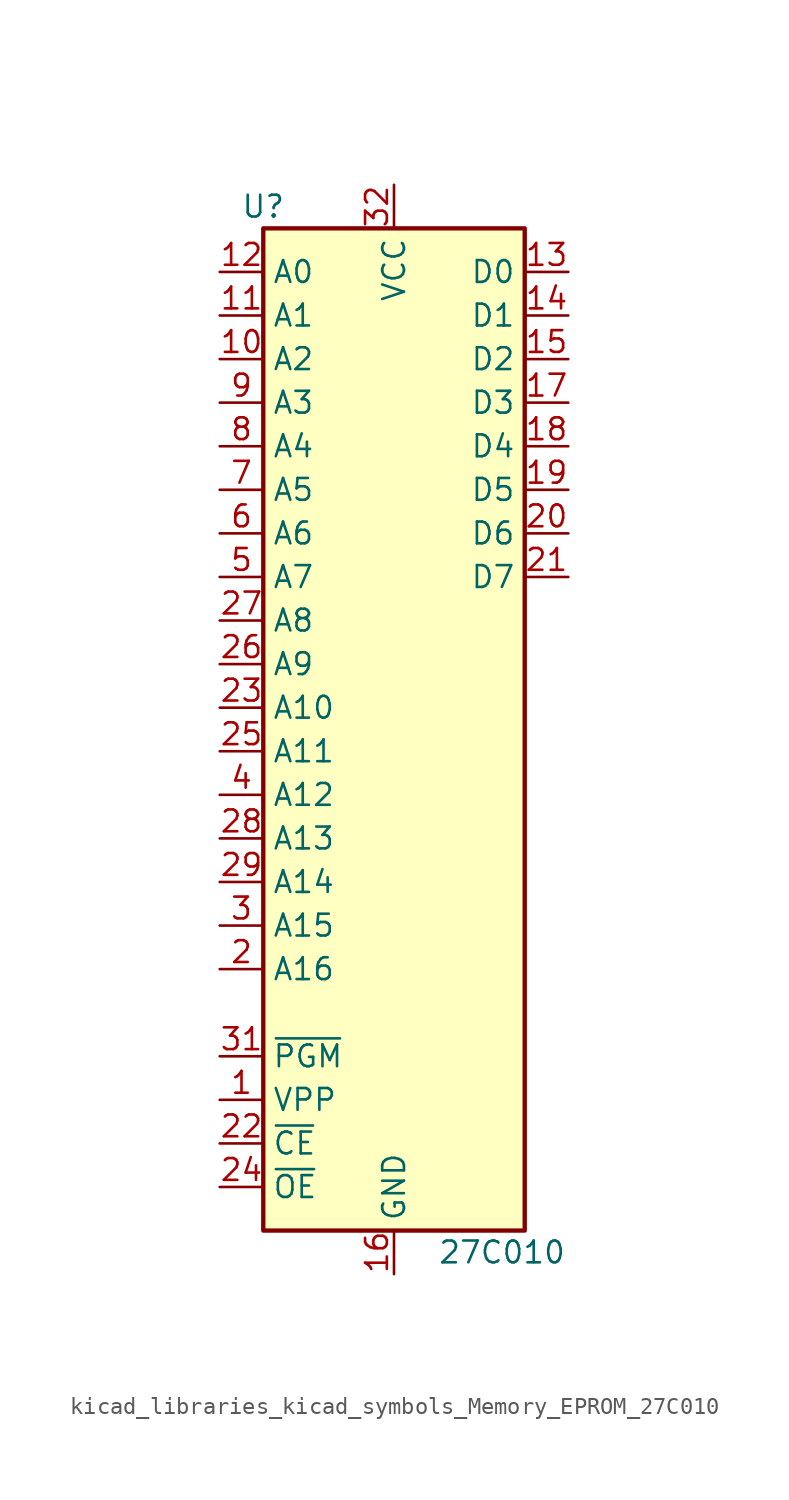
<source format=kicad_sym>
(kicad_symbol_lib
  (version 20220914)
  (generator kicad_symbol_editor)
  (symbol "kicad_libraries_kicad_symbols_Memory_EPROM_27C010"
    (property "Reference" "U"
      (at -7.62 29.21 0)
      (effects (font (size 1.27 1.27))))
    (property "Value" "27C010"
      (at 2.54 -31.75 0)
      (effects (font (size 1.27 1.27)) (justify left)))
    (symbol "kicad_libraries_kicad_symbols_Memory_EPROM_27C010_1_1"
      (rectangle (start -7.62 27.94) (end 7.62 -30.48) (stroke (width 0.254) (type default)) (fill (type background)))
      (pin input line (at -10.16 -22.86 0) (length 2.54) (name "VPP" (effects (font (size 1.27 1.27)))) (number "1" (effects (font (size 1.27 1.27)))))
      (pin input line (at -10.16 20.32 0) (length 2.54) (name "A2" (effects (font (size 1.27 1.27)))) (number "10" (effects (font (size 1.27 1.27)))))
      (pin input line (at -10.16 22.86 0) (length 2.54) (name "A1" (effects (font (size 1.27 1.27)))) (number "11" (effects (font (size 1.27 1.27)))))
      (pin input line (at -10.16 25.4 0) (length 2.54) (name "A0" (effects (font (size 1.27 1.27)))) (number "12" (effects (font (size 1.27 1.27)))))
      (pin tri_state line (at 10.16 25.4 180) (length 2.54) (name "D0" (effects (font (size 1.27 1.27)))) (number "13" (effects (font (size 1.27 1.27)))))
      (pin tri_state line (at 10.16 22.86 180) (length 2.54) (name "D1" (effects (font (size 1.27 1.27)))) (number "14" (effects (font (size 1.27 1.27)))))
      (pin tri_state line (at 10.16 20.32 180) (length 2.54) (name "D2" (effects (font (size 1.27 1.27)))) (number "15" (effects (font (size 1.27 1.27)))))
      (pin power_in line (at 0 -33.02 90) (length 2.54) (name "GND" (effects (font (size 1.27 1.27)))) (number "16" (effects (font (size 1.27 1.27)))))
      (pin tri_state line (at 10.16 17.78 180) (length 2.54) (name "D3" (effects (font (size 1.27 1.27)))) (number "17" (effects (font (size 1.27 1.27)))))
      (pin tri_state line (at 10.16 15.24 180) (length 2.54) (name "D4" (effects (font (size 1.27 1.27)))) (number "18" (effects (font (size 1.27 1.27)))))
      (pin tri_state line (at 10.16 12.7 180) (length 2.54) (name "D5" (effects (font (size 1.27 1.27)))) (number "19" (effects (font (size 1.27 1.27)))))
      (pin input line (at -10.16 -15.24 0) (length 2.54) (name "A16" (effects (font (size 1.27 1.27)))) (number "2" (effects (font (size 1.27 1.27)))))
      (pin tri_state line (at 10.16 10.16 180) (length 2.54) (name "D6" (effects (font (size 1.27 1.27)))) (number "20" (effects (font (size 1.27 1.27)))))
      (pin tri_state line (at 10.16 7.62 180) (length 2.54) (name "D7" (effects (font (size 1.27 1.27)))) (number "21" (effects (font (size 1.27 1.27)))))
      (pin input line (at -10.16 -25.4 0) (length 2.54) (name "~{CE}" (effects (font (size 1.27 1.27)))) (number "22" (effects (font (size 1.27 1.27)))))
      (pin input line (at -10.16 0 0) (length 2.54) (name "A10" (effects (font (size 1.27 1.27)))) (number "23" (effects (font (size 1.27 1.27)))))
      (pin input line (at -10.16 -27.94 0) (length 2.54) (name "~{OE}" (effects (font (size 1.27 1.27)))) (number "24" (effects (font (size 1.27 1.27)))))
      (pin input line (at -10.16 -2.54 0) (length 2.54) (name "A11" (effects (font (size 1.27 1.27)))) (number "25" (effects (font (size 1.27 1.27)))))
      (pin input line (at -10.16 2.54 0) (length 2.54) (name "A9" (effects (font (size 1.27 1.27)))) (number "26" (effects (font (size 1.27 1.27)))))
      (pin input line (at -10.16 5.08 0) (length 2.54) (name "A8" (effects (font (size 1.27 1.27)))) (number "27" (effects (font (size 1.27 1.27)))))
      (pin input line (at -10.16 -7.62 0) (length 2.54) (name "A13" (effects (font (size 1.27 1.27)))) (number "28" (effects (font (size 1.27 1.27)))))
      (pin input line (at -10.16 -10.16 0) (length 2.54) (name "A14" (effects (font (size 1.27 1.27)))) (number "29" (effects (font (size 1.27 1.27)))))
      (pin input line (at -10.16 -12.7 0) (length 2.54) (name "A15" (effects (font (size 1.27 1.27)))) (number "3" (effects (font (size 1.27 1.27)))))
      (pin input line (at -10.16 -20.32 0) (length 2.54) (name "~{PGM}" (effects (font (size 1.27 1.27)))) (number "31" (effects (font (size 1.27 1.27)))))
      (pin power_in line (at 0 30.48 270) (length 2.54) (name "VCC" (effects (font (size 1.27 1.27)))) (number "32" (effects (font (size 1.27 1.27)))))
      (pin input line (at -10.16 -5.08 0) (length 2.54) (name "A12" (effects (font (size 1.27 1.27)))) (number "4" (effects (font (size 1.27 1.27)))))
      (pin input line (at -10.16 7.62 0) (length 2.54) (name "A7" (effects (font (size 1.27 1.27)))) (number "5" (effects (font (size 1.27 1.27)))))
      (pin input line (at -10.16 10.16 0) (length 2.54) (name "A6" (effects (font (size 1.27 1.27)))) (number "6" (effects (font (size 1.27 1.27)))))
      (pin input line (at -10.16 12.7 0) (length 2.54) (name "A5" (effects (font (size 1.27 1.27)))) (number "7" (effects (font (size 1.27 1.27)))))
      (pin input line (at -10.16 15.24 0) (length 2.54) (name "A4" (effects (font (size 1.27 1.27)))) (number "8" (effects (font (size 1.27 1.27)))))
      (pin input line (at -10.16 17.78 0) (length 2.54) (name "A3" (effects (font (size 1.27 1.27)))) (number "9" (effects (font (size 1.27 1.27))))))))
</source>
